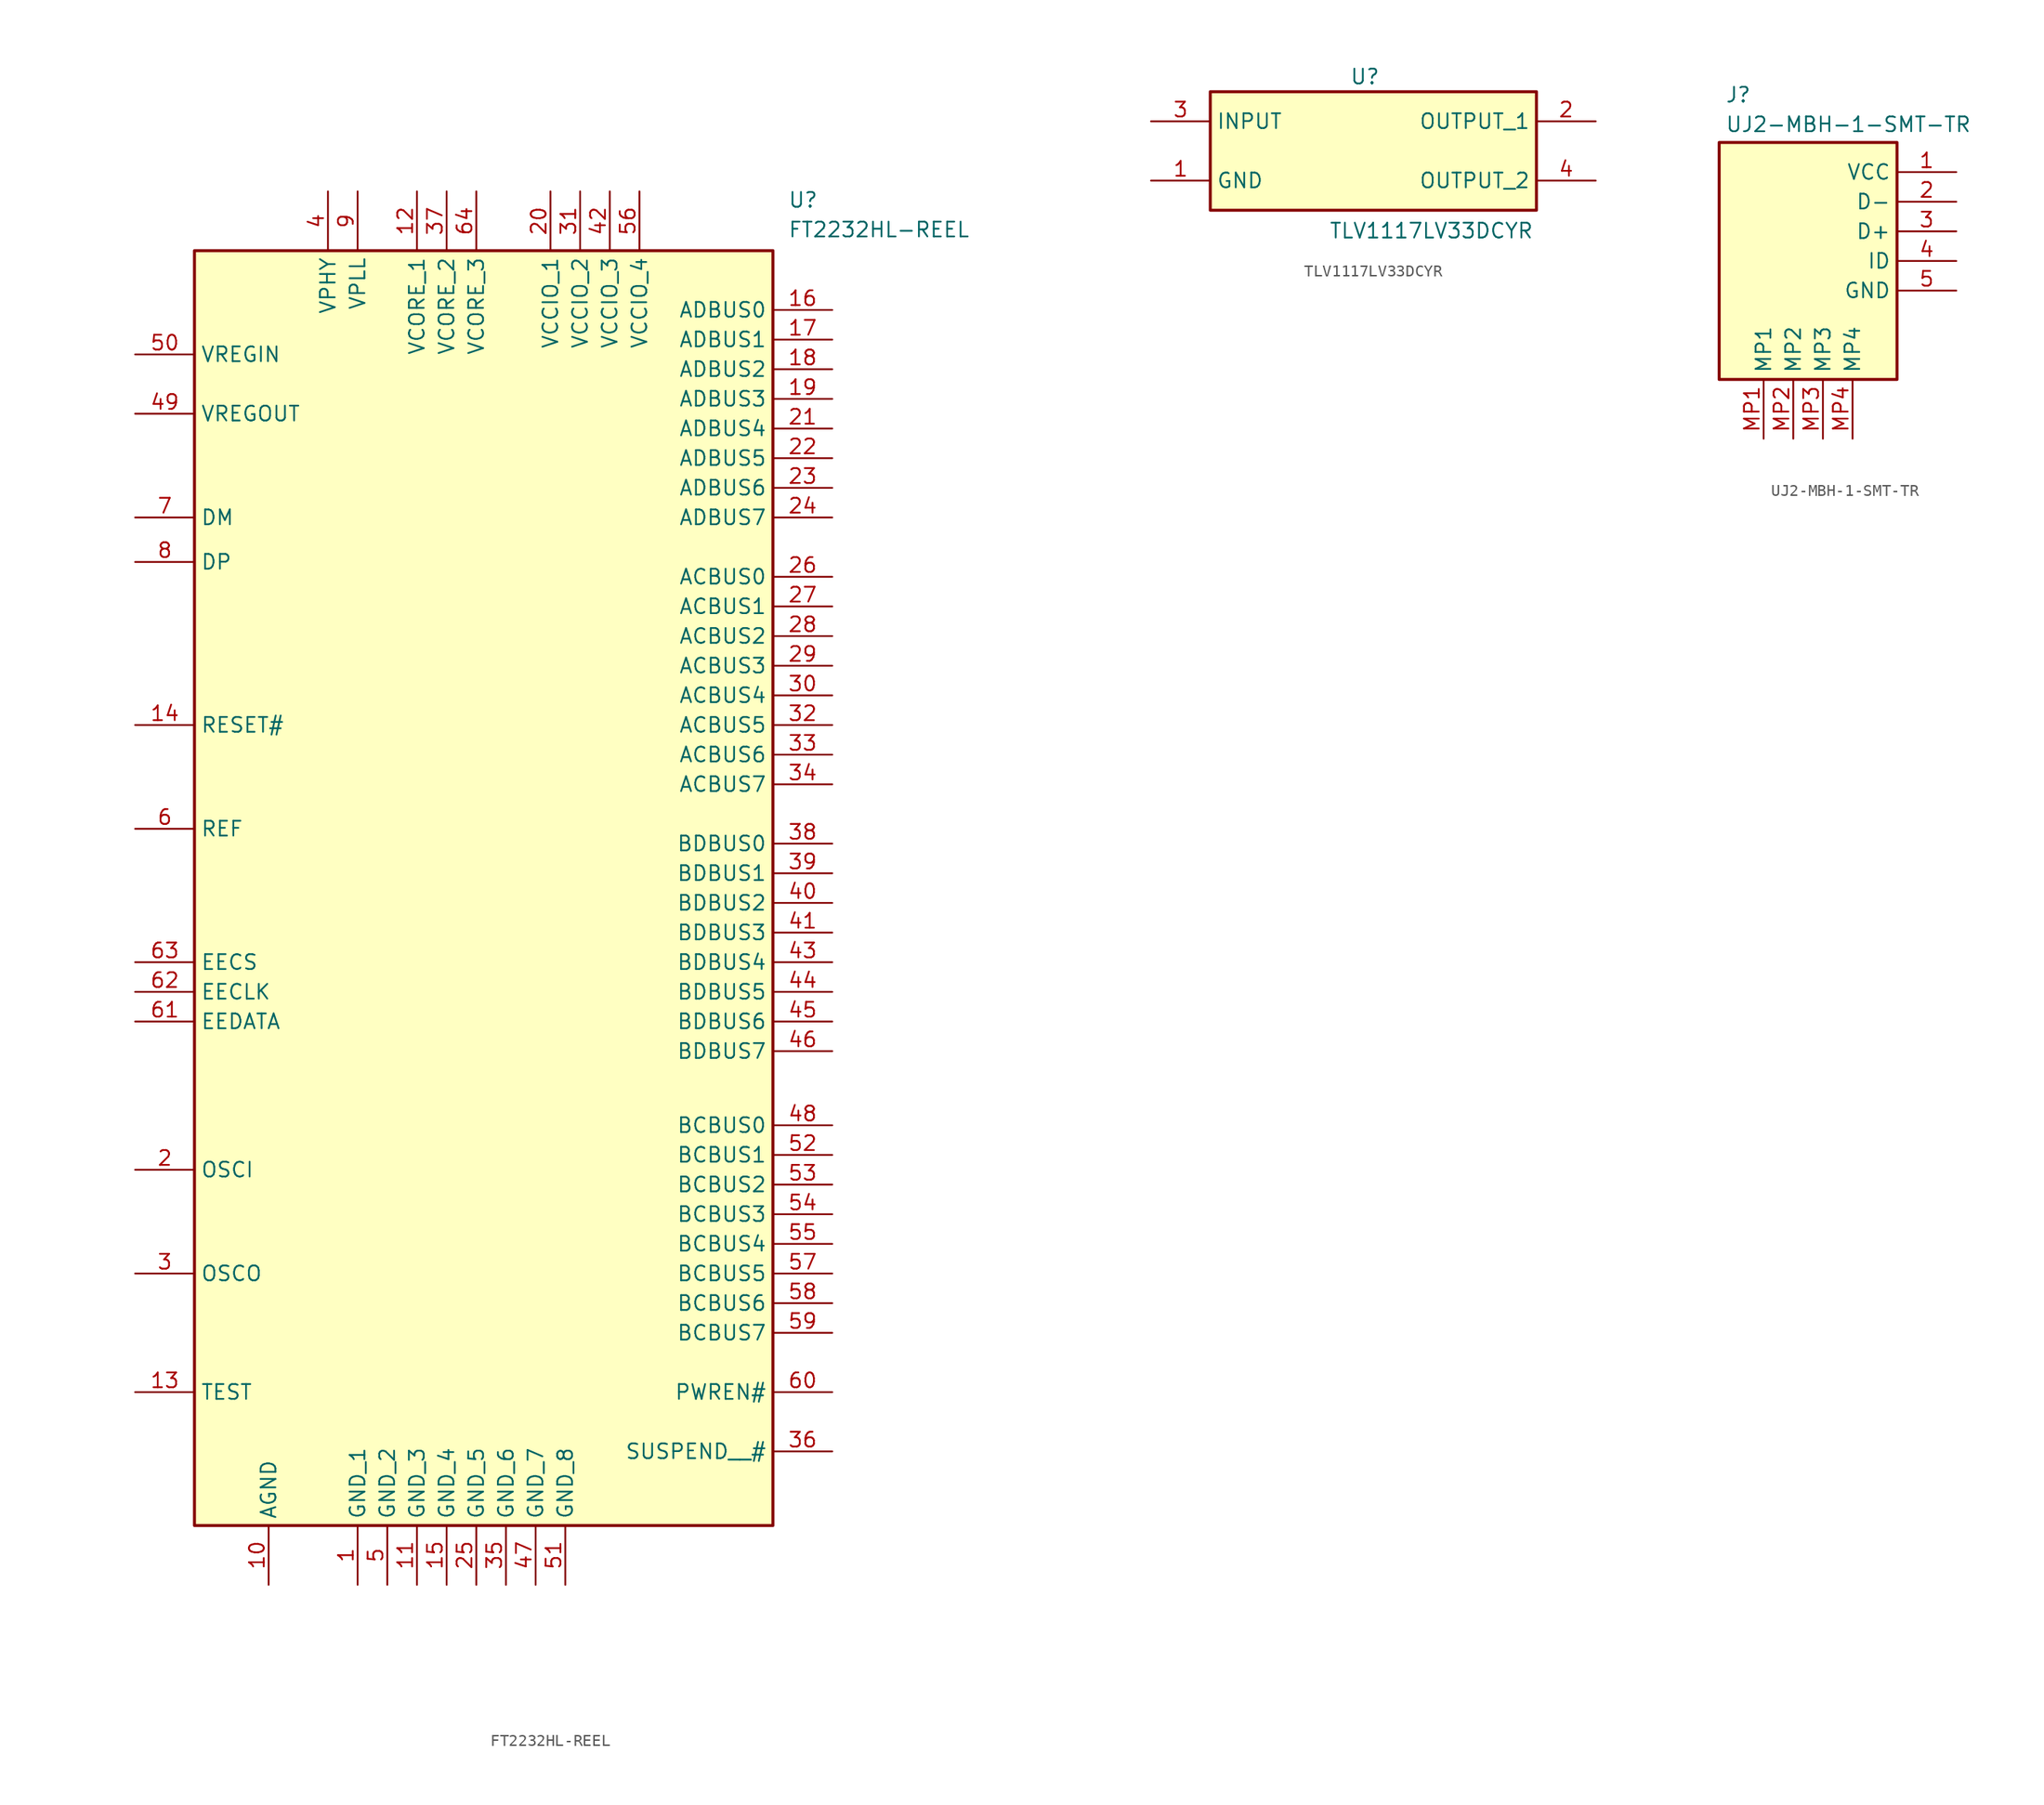
<source format=kicad_sym>
(kicad_symbol_lib
  (version 20241209)
  (generator "kicad_symbol_editor")
  (generator_version "9.0")
  (symbol "FT2232HL-REEL"
    (property "Reference" "U"
      (at 49.53 20.32 0)
      (effects (font (size 1.27 1.27)) (justify left top)))
    (property "Value" "FT2232HL-REEL"
      (at 49.53 17.78 0)
      (effects (font (size 1.27 1.27)) (justify left top)))
    (symbol "FT2232HL-REEL_1_1"
      (rectangle (start -1.27 15.24) (end 48.26 -93.98) (stroke (width 0.254) (type default)) (fill (type background)))
      (pin passive line (at -6.35 6.35 0) (length 5.08) (name "VREGIN" (effects (font (size 1.27 1.27)))) (number "50" (effects (font (size 1.27 1.27)))))
      (pin passive line (at -6.35 1.27 0) (length 5.08) (name "VREGOUT" (effects (font (size 1.27 1.27)))) (number "49" (effects (font (size 1.27 1.27)))))
      (pin passive line (at -6.35 -7.62 0) (length 5.08) (name "DM" (effects (font (size 1.27 1.27)))) (number "7" (effects (font (size 1.27 1.27)))))
      (pin passive line (at -6.35 -11.43 0) (length 5.08) (name "DP" (effects (font (size 1.27 1.27)))) (number "8" (effects (font (size 1.27 1.27)))))
      (pin passive line (at -6.35 -25.4 0) (length 5.08) (name "RESET#" (effects (font (size 1.27 1.27)))) (number "14" (effects (font (size 1.27 1.27)))))
      (pin passive line (at -6.35 -34.29 0) (length 5.08) (name "REF" (effects (font (size 1.27 1.27)))) (number "6" (effects (font (size 1.27 1.27)))))
      (pin passive line (at -6.35 -45.72 0) (length 5.08) (name "EECS" (effects (font (size 1.27 1.27)))) (number "63" (effects (font (size 1.27 1.27)))))
      (pin passive line (at -6.35 -48.26 0) (length 5.08) (name "EECLK" (effects (font (size 1.27 1.27)))) (number "62" (effects (font (size 1.27 1.27)))))
      (pin passive line (at -6.35 -50.8 0) (length 5.08) (name "EEDATA" (effects (font (size 1.27 1.27)))) (number "61" (effects (font (size 1.27 1.27)))))
      (pin passive line (at -6.35 -63.5 0) (length 5.08) (name "OSCI" (effects (font (size 1.27 1.27)))) (number "2" (effects (font (size 1.27 1.27)))))
      (pin passive line (at -6.35 -72.39 0) (length 5.08) (name "OSCO" (effects (font (size 1.27 1.27)))) (number "3" (effects (font (size 1.27 1.27)))))
      (pin passive line (at -6.35 -82.55 0) (length 5.08) (name "TEST" (effects (font (size 1.27 1.27)))) (number "13" (effects (font (size 1.27 1.27)))))
      (pin passive line (at 5.08 -99.06 90) (length 5.08) (name "AGND" (effects (font (size 1.27 1.27)))) (number "10" (effects (font (size 1.27 1.27)))))
      (pin passive line (at 10.16 20.32 270) (length 5.08) (name "VPHY" (effects (font (size 1.27 1.27)))) (number "4" (effects (font (size 1.27 1.27)))))
      (pin passive line (at 12.7 20.32 270) (length 5.08) (name "VPLL" (effects (font (size 1.27 1.27)))) (number "9" (effects (font (size 1.27 1.27)))))
      (pin passive line (at 12.7 -99.06 90) (length 5.08) (name "GND_1" (effects (font (size 1.27 1.27)))) (number "1" (effects (font (size 1.27 1.27)))))
      (pin passive line (at 15.24 -99.06 90) (length 5.08) (name "GND_2" (effects (font (size 1.27 1.27)))) (number "5" (effects (font (size 1.27 1.27)))))
      (pin passive line (at 17.78 20.32 270) (length 5.08) (name "VCORE_1" (effects (font (size 1.27 1.27)))) (number "12" (effects (font (size 1.27 1.27)))))
      (pin passive line (at 17.78 -99.06 90) (length 5.08) (name "GND_3" (effects (font (size 1.27 1.27)))) (number "11" (effects (font (size 1.27 1.27)))))
      (pin passive line (at 20.32 20.32 270) (length 5.08) (name "VCORE_2" (effects (font (size 1.27 1.27)))) (number "37" (effects (font (size 1.27 1.27)))))
      (pin passive line (at 20.32 -99.06 90) (length 5.08) (name "GND_4" (effects (font (size 1.27 1.27)))) (number "15" (effects (font (size 1.27 1.27)))))
      (pin passive line (at 22.86 20.32 270) (length 5.08) (name "VCORE_3" (effects (font (size 1.27 1.27)))) (number "64" (effects (font (size 1.27 1.27)))))
      (pin passive line (at 22.86 -99.06 90) (length 5.08) (name "GND_5" (effects (font (size 1.27 1.27)))) (number "25" (effects (font (size 1.27 1.27)))))
      (pin passive line (at 25.4 -99.06 90) (length 5.08) (name "GND_6" (effects (font (size 1.27 1.27)))) (number "35" (effects (font (size 1.27 1.27)))))
      (pin passive line (at 27.94 -99.06 90) (length 5.08) (name "GND_7" (effects (font (size 1.27 1.27)))) (number "47" (effects (font (size 1.27 1.27)))))
      (pin passive line (at 29.21 20.32 270) (length 5.08) (name "VCCIO_1" (effects (font (size 1.27 1.27)))) (number "20" (effects (font (size 1.27 1.27)))))
      (pin passive line (at 30.48 -99.06 90) (length 5.08) (name "GND_8" (effects (font (size 1.27 1.27)))) (number "51" (effects (font (size 1.27 1.27)))))
      (pin passive line (at 31.75 20.32 270) (length 5.08) (name "VCCIO_2" (effects (font (size 1.27 1.27)))) (number "31" (effects (font (size 1.27 1.27)))))
      (pin passive line (at 34.29 20.32 270) (length 5.08) (name "VCCIO_3" (effects (font (size 1.27 1.27)))) (number "42" (effects (font (size 1.27 1.27)))))
      (pin passive line (at 36.83 20.32 270) (length 5.08) (name "VCCIO_4" (effects (font (size 1.27 1.27)))) (number "56" (effects (font (size 1.27 1.27)))))
      (pin passive line (at 53.34 10.16 180) (length 5.08) (name "ADBUS0" (effects (font (size 1.27 1.27)))) (number "16" (effects (font (size 1.27 1.27)))))
      (pin passive line (at 53.34 7.62 180) (length 5.08) (name "ADBUS1" (effects (font (size 1.27 1.27)))) (number "17" (effects (font (size 1.27 1.27)))))
      (pin passive line (at 53.34 5.08 180) (length 5.08) (name "ADBUS2" (effects (font (size 1.27 1.27)))) (number "18" (effects (font (size 1.27 1.27)))))
      (pin passive line (at 53.34 2.54 180) (length 5.08) (name "ADBUS3" (effects (font (size 1.27 1.27)))) (number "19" (effects (font (size 1.27 1.27)))))
      (pin passive line (at 53.34 0 180) (length 5.08) (name "ADBUS4" (effects (font (size 1.27 1.27)))) (number "21" (effects (font (size 1.27 1.27)))))
      (pin passive line (at 53.34 -2.54 180) (length 5.08) (name "ADBUS5" (effects (font (size 1.27 1.27)))) (number "22" (effects (font (size 1.27 1.27)))))
      (pin passive line (at 53.34 -5.08 180) (length 5.08) (name "ADBUS6" (effects (font (size 1.27 1.27)))) (number "23" (effects (font (size 1.27 1.27)))))
      (pin passive line (at 53.34 -7.62 180) (length 5.08) (name "ADBUS7" (effects (font (size 1.27 1.27)))) (number "24" (effects (font (size 1.27 1.27)))))
      (pin passive line (at 53.34 -12.7 180) (length 5.08) (name "ACBUS0" (effects (font (size 1.27 1.27)))) (number "26" (effects (font (size 1.27 1.27)))))
      (pin passive line (at 53.34 -15.24 180) (length 5.08) (name "ACBUS1" (effects (font (size 1.27 1.27)))) (number "27" (effects (font (size 1.27 1.27)))))
      (pin passive line (at 53.34 -17.78 180) (length 5.08) (name "ACBUS2" (effects (font (size 1.27 1.27)))) (number "28" (effects (font (size 1.27 1.27)))))
      (pin passive line (at 53.34 -20.32 180) (length 5.08) (name "ACBUS3" (effects (font (size 1.27 1.27)))) (number "29" (effects (font (size 1.27 1.27)))))
      (pin passive line (at 53.34 -22.86 180) (length 5.08) (name "ACBUS4" (effects (font (size 1.27 1.27)))) (number "30" (effects (font (size 1.27 1.27)))))
      (pin passive line (at 53.34 -25.4 180) (length 5.08) (name "ACBUS5" (effects (font (size 1.27 1.27)))) (number "32" (effects (font (size 1.27 1.27)))))
      (pin passive line (at 53.34 -27.94 180) (length 5.08) (name "ACBUS6" (effects (font (size 1.27 1.27)))) (number "33" (effects (font (size 1.27 1.27)))))
      (pin passive line (at 53.34 -30.48 180) (length 5.08) (name "ACBUS7" (effects (font (size 1.27 1.27)))) (number "34" (effects (font (size 1.27 1.27)))))
      (pin passive line (at 53.34 -35.56 180) (length 5.08) (name "BDBUS0" (effects (font (size 1.27 1.27)))) (number "38" (effects (font (size 1.27 1.27)))))
      (pin passive line (at 53.34 -38.1 180) (length 5.08) (name "BDBUS1" (effects (font (size 1.27 1.27)))) (number "39" (effects (font (size 1.27 1.27)))))
      (pin passive line (at 53.34 -40.64 180) (length 5.08) (name "BDBUS2" (effects (font (size 1.27 1.27)))) (number "40" (effects (font (size 1.27 1.27)))))
      (pin passive line (at 53.34 -43.18 180) (length 5.08) (name "BDBUS3" (effects (font (size 1.27 1.27)))) (number "41" (effects (font (size 1.27 1.27)))))
      (pin passive line (at 53.34 -45.72 180) (length 5.08) (name "BDBUS4" (effects (font (size 1.27 1.27)))) (number "43" (effects (font (size 1.27 1.27)))))
      (pin passive line (at 53.34 -48.26 180) (length 5.08) (name "BDBUS5" (effects (font (size 1.27 1.27)))) (number "44" (effects (font (size 1.27 1.27)))))
      (pin passive line (at 53.34 -50.8 180) (length 5.08) (name "BDBUS6" (effects (font (size 1.27 1.27)))) (number "45" (effects (font (size 1.27 1.27)))))
      (pin passive line (at 53.34 -53.34 180) (length 5.08) (name "BDBUS7" (effects (font (size 1.27 1.27)))) (number "46" (effects (font (size 1.27 1.27)))))
      (pin passive line (at 53.34 -59.69 180) (length 5.08) (name "BCBUS0" (effects (font (size 1.27 1.27)))) (number "48" (effects (font (size 1.27 1.27)))))
      (pin passive line (at 53.34 -62.23 180) (length 5.08) (name "BCBUS1" (effects (font (size 1.27 1.27)))) (number "52" (effects (font (size 1.27 1.27)))))
      (pin passive line (at 53.34 -64.77 180) (length 5.08) (name "BCBUS2" (effects (font (size 1.27 1.27)))) (number "53" (effects (font (size 1.27 1.27)))))
      (pin passive line (at 53.34 -67.31 180) (length 5.08) (name "BCBUS3" (effects (font (size 1.27 1.27)))) (number "54" (effects (font (size 1.27 1.27)))))
      (pin passive line (at 53.34 -69.85 180) (length 5.08) (name "BCBUS4" (effects (font (size 1.27 1.27)))) (number "55" (effects (font (size 1.27 1.27)))))
      (pin passive line (at 53.34 -72.39 180) (length 5.08) (name "BCBUS5" (effects (font (size 1.27 1.27)))) (number "57" (effects (font (size 1.27 1.27)))))
      (pin passive line (at 53.34 -74.93 180) (length 5.08) (name "BCBUS6" (effects (font (size 1.27 1.27)))) (number "58" (effects (font (size 1.27 1.27)))))
      (pin passive line (at 53.34 -77.47 180) (length 5.08) (name "BCBUS7" (effects (font (size 1.27 1.27)))) (number "59" (effects (font (size 1.27 1.27)))))
      (pin passive line (at 53.34 -82.55 180) (length 5.08) (name "PWREN#" (effects (font (size 1.27 1.27)))) (number "60" (effects (font (size 1.27 1.27)))))
      (pin passive line (at 53.34 -87.63 180) (length 5.08) (name "SUSPEND__#" (effects (font (size 1.27 1.27)))) (number "36" (effects (font (size 1.27 1.27)))))))
  (symbol "TLV1117LV33DCYR"
    (property "Reference" "U"
      (at 17.018 4.572 0)
      (effects (font (size 1.27 1.27)) (justify left top)))
    (property "Value" "TLV1117LV33DCYR"
      (at 15.24 -8.636 0)
      (effects (font (size 1.27 1.27)) (justify left top)))
    (symbol "TLV1117LV33DCYR_1_1"
      (rectangle (start 5.08 2.54) (end 33.02 -7.62) (stroke (width 0.254) (type default)) (fill (type background)))
      (pin passive line (at 0 0 0) (length 5.08) (name "INPUT" (effects (font (size 1.27 1.27)))) (number "3" (effects (font (size 1.27 1.27)))))
      (pin passive line (at 0 -5.08 0) (length 5.08) (name "GND" (effects (font (size 1.27 1.27)))) (number "1" (effects (font (size 1.27 1.27)))))
      (pin passive line (at 38.1 0 180) (length 5.08) (name "OUTPUT_1" (effects (font (size 1.27 1.27)))) (number "2" (effects (font (size 1.27 1.27)))))
      (pin passive line (at 38.1 -5.08 180) (length 5.08) (name "OUTPUT_2" (effects (font (size 1.27 1.27)))) (number "4" (effects (font (size 1.27 1.27)))))))
  (symbol "UJ2-MBH-1-SMT-TR"
    (property "Reference" "J"
      (at 5.588 7.366 0)
      (effects (font (size 1.27 1.27)) (justify left top)))
    (property "Value" "UJ2-MBH-1-SMT-TR"
      (at 5.588 4.826 0)
      (effects (font (size 1.27 1.27)) (justify left top)))
    (symbol "UJ2-MBH-1-SMT-TR_1_1"
      (rectangle (start 5.08 2.54) (end 20.32 -17.78) (stroke (width 0.254) (type default)) (fill (type background)))
      (pin passive line (at 8.89 -22.86 90) (length 5.08) (name "MP1" (effects (font (size 1.27 1.27)))) (number "MP1" (effects (font (size 1.27 1.27)))))
      (pin passive line (at 11.43 -22.86 90) (length 5.08) (name "MP2" (effects (font (size 1.27 1.27)))) (number "MP2" (effects (font (size 1.27 1.27)))))
      (pin passive line (at 13.97 -22.86 90) (length 5.08) (name "MP3" (effects (font (size 1.27 1.27)))) (number "MP3" (effects (font (size 1.27 1.27)))))
      (pin passive line (at 16.51 -22.86 90) (length 5.08) (name "MP4" (effects (font (size 1.27 1.27)))) (number "MP4" (effects (font (size 1.27 1.27)))))
      (pin passive line (at 25.4 0 180) (length 5.08) (name "VCC" (effects (font (size 1.27 1.27)))) (number "1" (effects (font (size 1.27 1.27)))))
      (pin passive line (at 25.4 -2.54 180) (length 5.08) (name "D-" (effects (font (size 1.27 1.27)))) (number "2" (effects (font (size 1.27 1.27)))))
      (pin passive line (at 25.4 -5.08 180) (length 5.08) (name "D+" (effects (font (size 1.27 1.27)))) (number "3" (effects (font (size 1.27 1.27)))))
      (pin passive line (at 25.4 -7.62 180) (length 5.08) (name "ID" (effects (font (size 1.27 1.27)))) (number "4" (effects (font (size 1.27 1.27)))))
      (pin passive line (at 25.4 -10.16 180) (length 5.08) (name "GND" (effects (font (size 1.27 1.27)))) (number "5" (effects (font (size 1.27 1.27))))))))
</source>
